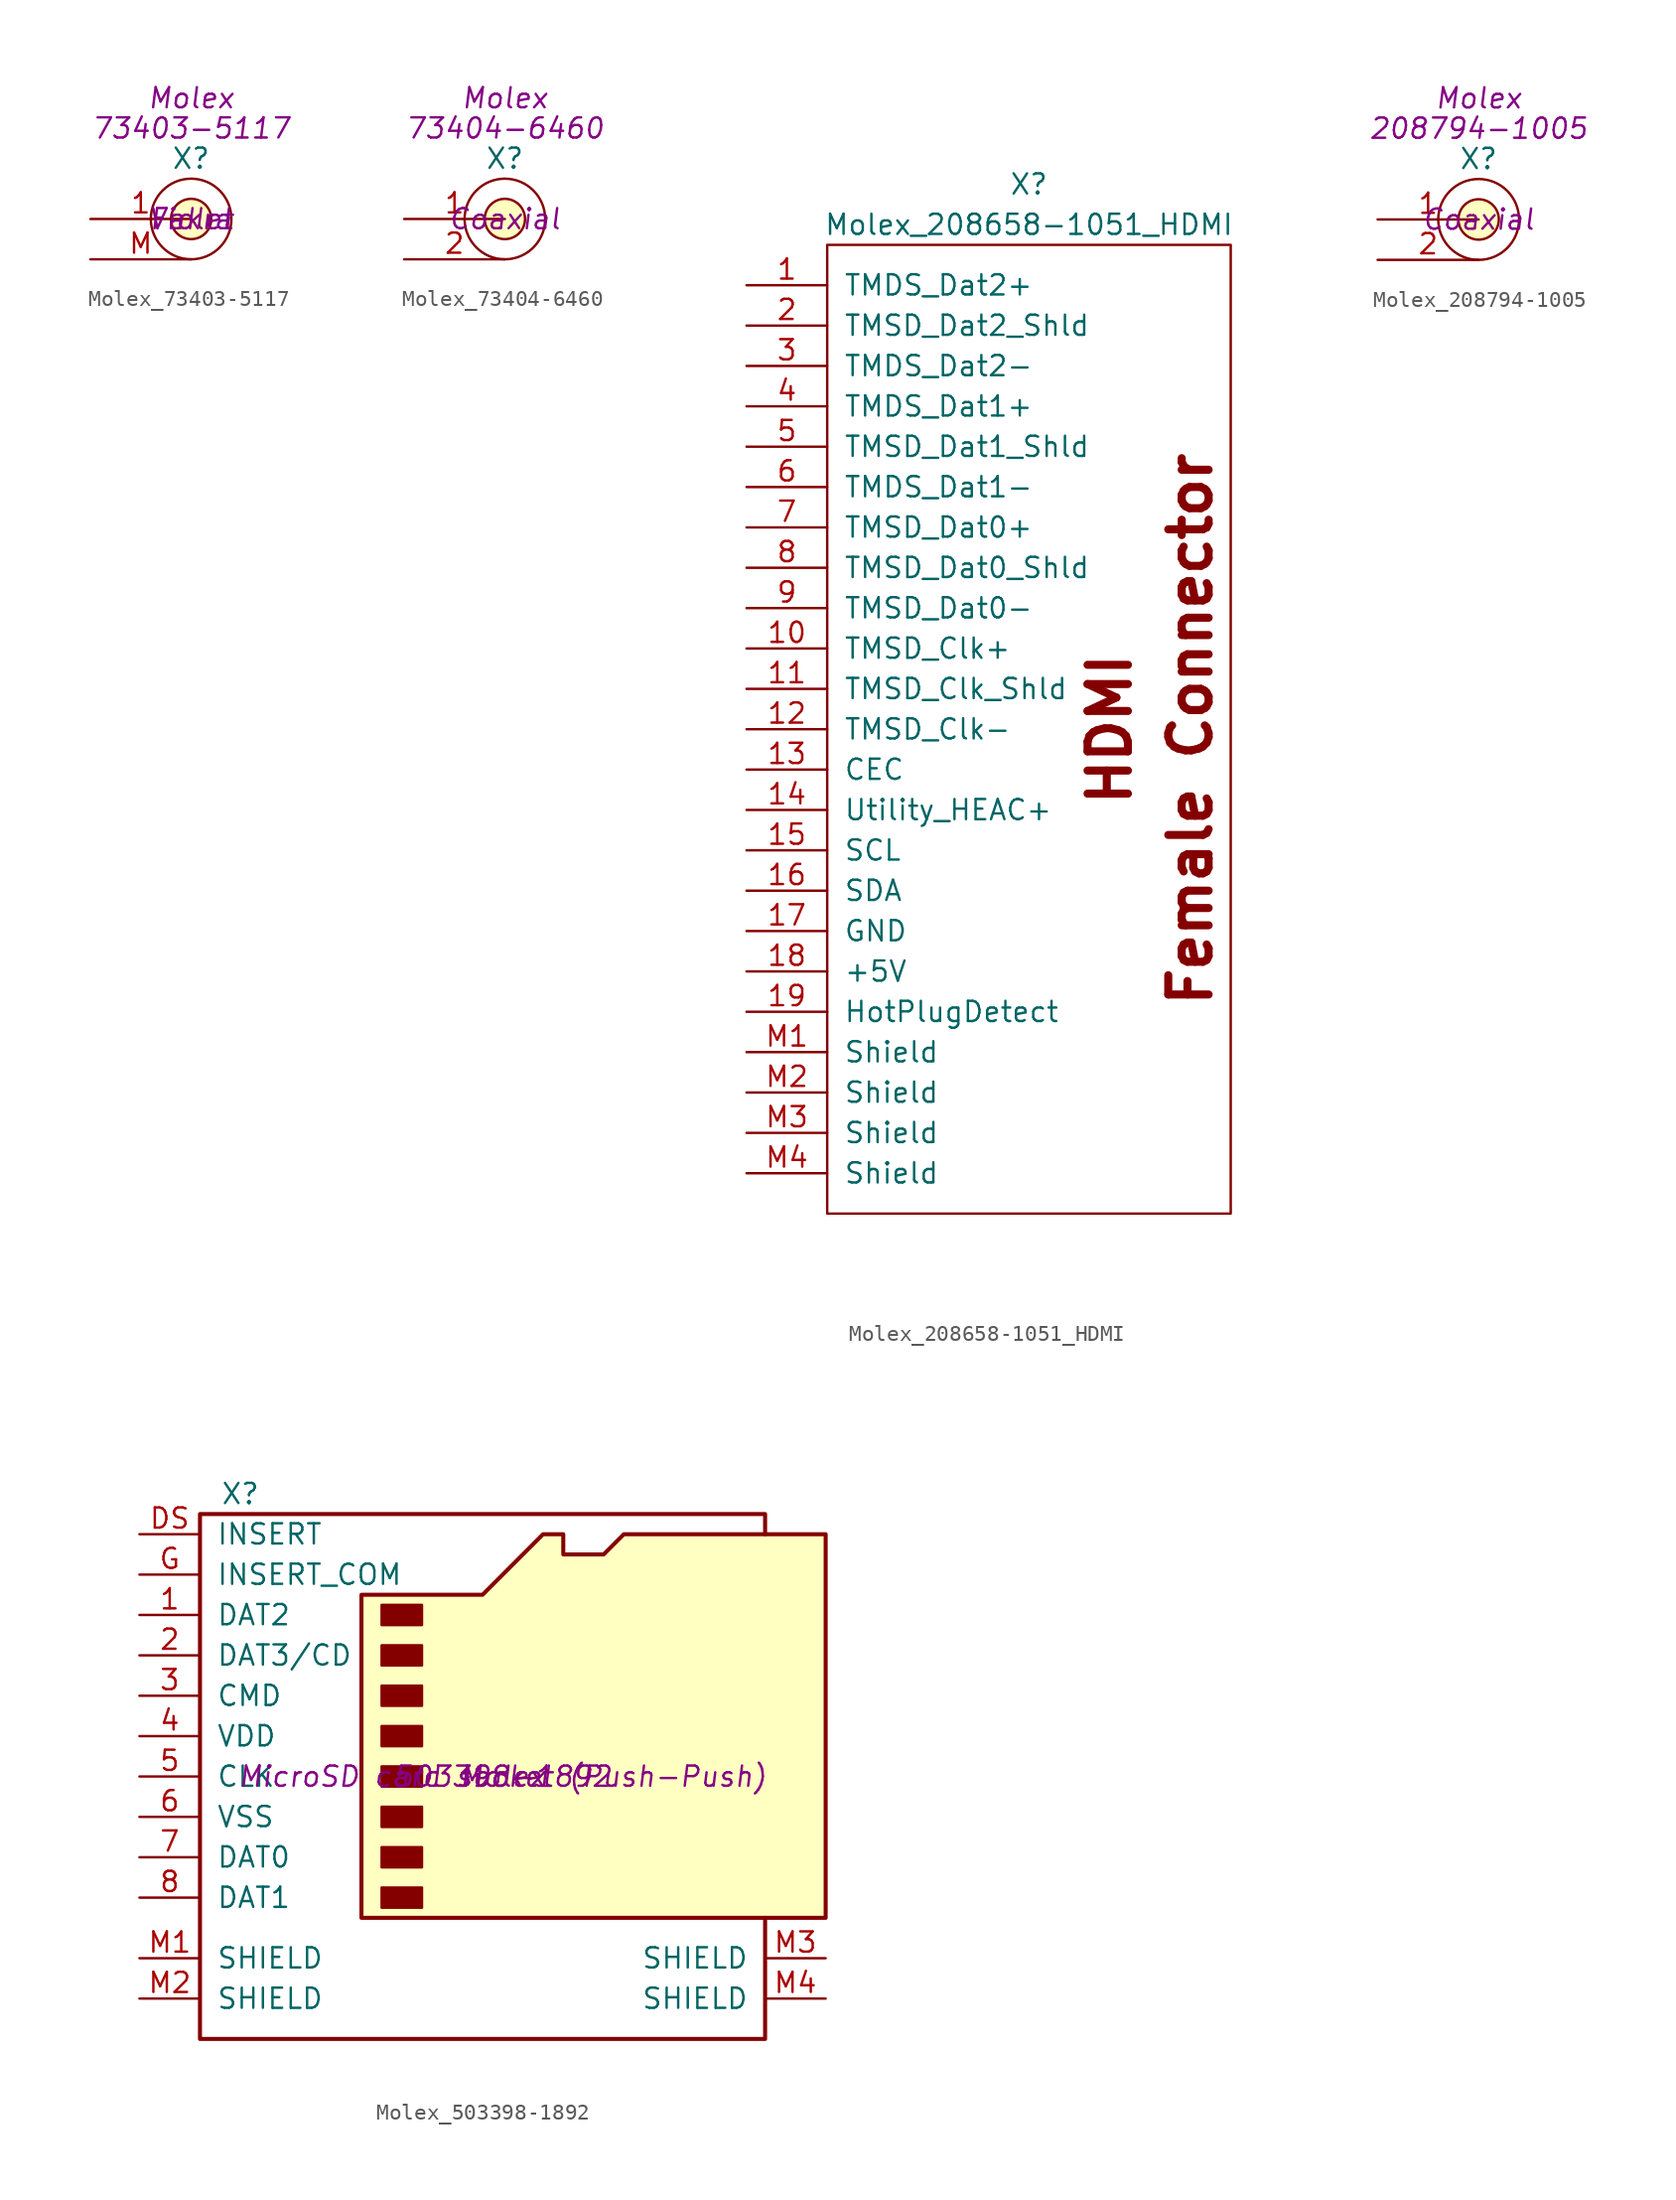
<source format=kicad_sym>
(kicad_symbol_lib
  (version 20211014)
  (generator kicad_symbol_editor)
  (symbol "Molex_73403-5117"
    (pin_names
      (offset 1.016))
    (property "Reference" "X"
      (at 0 3.81 0)
      (effects (font (size 1.27 1.27))))
    (property "Manuf" "Molex"
      (at 0 7.62 0)
      (effects (font (size 1.27 1.27) italic)))
    (property "p/n" "73403-5117"
      (at 0 5.715 0)
      (effects (font (size 1.27 1.27) italic)))
    (property "Color" "Violet"
      (at 0 0 0)
      (effects (font (size 1.27 1.27) italic)))
    (property "Type" "Fakra"
      (at 0 0 0)
      (effects (font (size 1.27 1.27) italic)))
    (symbol "Molex_73403-5117_0_1"
      (circle (center 0 0) (radius 1.27) (stroke (width 0) (type default) (color 0 0 0 0)) (fill (type background)))
      (circle (center 0 0) (radius 2.54) (stroke (width 0) (type default) (color 0 0 0 0)) (fill (type none))))
    (symbol "Molex_73403-5117_1_1"
      (pin passive line (at -6.35 0 0) (length 6.35) (name "~" (effects (font (size 1.27 1.27)))) (number "1" (effects (font (size 1.27 1.27)))))
      (pin passive line (at -6.35 -2.54 0) (length 6.35) (name "~" (effects (font (size 1.27 1.27)))) (number "M" (effects (font (size 1.27 1.27)))))))
  (symbol "Molex_73404-6460"
    (pin_names
      (offset 1.016))
    (property "Reference" "X"
      (at 0 3.81 0)
      (effects (font (size 1.27 1.27))))
    (property "Manuf" "Molex"
      (at 0 7.62 0)
      (effects (font (size 1.27 1.27) italic)))
    (property "p/n" "73404-6460"
      (at 0 5.715 0)
      (effects (font (size 1.27 1.27) italic)))
    (property "Type" "Coaxial"
      (at 0 0 0)
      (effects (font (size 1.27 1.27) italic)))
    (symbol "Molex_73404-6460_0_1"
      (circle (center 0 0) (radius 1.27) (stroke (width 0) (type default) (color 0 0 0 0)) (fill (type background)))
      (circle (center 0 0) (radius 2.54) (stroke (width 0) (type default) (color 0 0 0 0)) (fill (type none))))
    (symbol "Molex_73404-6460_1_1"
      (pin passive line (at -6.35 0 0) (length 6.35) (name "~" (effects (font (size 1.27 1.27)))) (number "1" (effects (font (size 1.27 1.27)))))
      (pin passive line (at -6.35 -2.54 0) (length 6.35) (name "~" (effects (font (size 1.27 1.27)))) (number "2" (effects (font (size 1.27 1.27)))))))
  (symbol "Molex_208658-1051_HDMI"
    (pin_names
      (offset 1.016))
    (property "Reference" "X"
      (at 0 33.02 0)
      (effects (font (size 1.27 1.27))))
    (property "Value" "Molex_208658-1051_HDMI"
      (at 0 30.48 0)
      (effects (font (size 1.27 1.27))))
    (symbol "Molex_208658-1051_HDMI_0_0"
      (rectangle (start -12.7 29.21) (end 12.7 -31.75) (stroke (width 0) (type default) (color 0 0 0 0)) (fill (type none)))
      (text "HDMI" (at 5.08 -1.27 900) (effects (font (size 2.54 2.54) bold))))
    (symbol "Molex_208658-1051_HDMI_1_1"
      (text "Female Connector" (at 10.16 -1.27 900) (effects (font (size 2.54 2.54) bold)))
      (pin passive line (at -17.78 26.67 0) (length 5.08) (name "TMDS_Dat2+" (effects (font (size 1.27 1.27)))) (number "1" (effects (font (size 1.27 1.27)))))
      (pin passive line (at -17.78 3.81 0) (length 5.08) (name "TMSD_Clk+" (effects (font (size 1.27 1.27)))) (number "10" (effects (font (size 1.27 1.27)))))
      (pin passive line (at -17.78 1.27 0) (length 5.08) (name "TMSD_Clk_Shld" (effects (font (size 1.27 1.27)))) (number "11" (effects (font (size 1.27 1.27)))))
      (pin passive line (at -17.78 -1.27 0) (length 5.08) (name "TMSD_Clk-" (effects (font (size 1.27 1.27)))) (number "12" (effects (font (size 1.27 1.27)))))
      (pin passive line (at -17.78 -3.81 0) (length 5.08) (name "CEC" (effects (font (size 1.27 1.27)))) (number "13" (effects (font (size 1.27 1.27)))))
      (pin passive line (at -17.78 -6.35 0) (length 5.08) (name "Utility_HEAC+" (effects (font (size 1.27 1.27)))) (number "14" (effects (font (size 1.27 1.27)))))
      (pin passive line (at -17.78 -8.89 0) (length 5.08) (name "SCL" (effects (font (size 1.27 1.27)))) (number "15" (effects (font (size 1.27 1.27)))))
      (pin passive line (at -17.78 -11.43 0) (length 5.08) (name "SDA" (effects (font (size 1.27 1.27)))) (number "16" (effects (font (size 1.27 1.27)))))
      (pin passive line (at -17.78 -13.97 0) (length 5.08) (name "GND" (effects (font (size 1.27 1.27)))) (number "17" (effects (font (size 1.27 1.27)))))
      (pin passive line (at -17.78 -16.51 0) (length 5.08) (name "+5V" (effects (font (size 1.27 1.27)))) (number "18" (effects (font (size 1.27 1.27)))))
      (pin passive line (at -17.78 -19.05 0) (length 5.08) (name "HotPlugDetect" (effects (font (size 1.27 1.27)))) (number "19" (effects (font (size 1.27 1.27)))))
      (pin passive line (at -17.78 24.13 0) (length 5.08) (name "TMSD_Dat2_Shld" (effects (font (size 1.27 1.27)))) (number "2" (effects (font (size 1.27 1.27)))))
      (pin passive line (at -17.78 21.59 0) (length 5.08) (name "TMDS_Dat2-" (effects (font (size 1.27 1.27)))) (number "3" (effects (font (size 1.27 1.27)))))
      (pin passive line (at -17.78 19.05 0) (length 5.08) (name "TMDS_Dat1+" (effects (font (size 1.27 1.27)))) (number "4" (effects (font (size 1.27 1.27)))))
      (pin passive line (at -17.78 16.51 0) (length 5.08) (name "TMSD_Dat1_Shld" (effects (font (size 1.27 1.27)))) (number "5" (effects (font (size 1.27 1.27)))))
      (pin passive line (at -17.78 13.97 0) (length 5.08) (name "TMDS_Dat1-" (effects (font (size 1.27 1.27)))) (number "6" (effects (font (size 1.27 1.27)))))
      (pin passive line (at -17.78 11.43 0) (length 5.08) (name "TMSD_Dat0+" (effects (font (size 1.27 1.27)))) (number "7" (effects (font (size 1.27 1.27)))))
      (pin passive line (at -17.78 8.89 0) (length 5.08) (name "TMSD_Dat0_Shld" (effects (font (size 1.27 1.27)))) (number "8" (effects (font (size 1.27 1.27)))))
      (pin passive line (at -17.78 6.35 0) (length 5.08) (name "TMSD_Dat0-" (effects (font (size 1.27 1.27)))) (number "9" (effects (font (size 1.27 1.27)))))
      (pin passive line (at -17.78 -21.59 0) (length 5.08) (name "Shield" (effects (font (size 1.27 1.27)))) (number "M1" (effects (font (size 1.27 1.27)))))
      (pin passive line (at -17.78 -24.13 0) (length 5.08) (name "Shield" (effects (font (size 1.27 1.27)))) (number "M2" (effects (font (size 1.27 1.27)))))
      (pin passive line (at -17.78 -26.67 0) (length 5.08) (name "Shield" (effects (font (size 1.27 1.27)))) (number "M3" (effects (font (size 1.27 1.27)))))
      (pin passive line (at -17.78 -29.21 0) (length 5.08) (name "Shield" (effects (font (size 1.27 1.27)))) (number "M4" (effects (font (size 1.27 1.27)))))))
  (symbol "Molex_208794-1005"
    (pin_names
      (offset 1.016))
    (property "Reference" "X"
      (at 0 3.81 0)
      (effects (font (size 1.27 1.27))))
    (property "Manuf" "Molex"
      (at 0 7.62 0)
      (effects (font (size 1.27 1.27) italic)))
    (property "p/n" "208794-1005"
      (at 0 5.715 0)
      (effects (font (size 1.27 1.27) italic)))
    (property "Type" "Coaxial"
      (at 0 0 0)
      (effects (font (size 1.27 1.27) italic)))
    (symbol "Molex_208794-1005_0_1"
      (circle (center 0 0) (radius 1.27) (stroke (width 0) (type default) (color 0 0 0 0)) (fill (type background)))
      (circle (center 0 0) (radius 2.54) (stroke (width 0) (type default) (color 0 0 0 0)) (fill (type none))))
    (symbol "Molex_208794-1005_1_1"
      (pin passive line (at -6.35 0 0) (length 6.35) (name "~" (effects (font (size 1.27 1.27)))) (number "1" (effects (font (size 1.27 1.27)))))
      (pin passive line (at -6.35 -2.54 0) (length 6.35) (name "~" (effects (font (size 1.27 1.27)))) (number "2" (effects (font (size 1.27 1.27)))))))
  (symbol "Molex_503398-1892"
    (pin_names
      (offset 1.016))
    (property "Reference" "X"
      (at -16.51 17.78 0)
      (effects (font (size 1.27 1.27))))
    (property "Manuf" "Molex"
      (at 0 0 0)
      (effects (font (size 1.27 1.27) italic)))
    (property "p/n" "503398-1892"
      (at 0 0 0)
      (effects (font (size 1.27 1.27) italic)))
    (property "Type" "MicroSD card socket (Push-Push)"
      (at 0 0 0)
      (effects (font (size 1.27 1.27) italic)))
    (symbol "Molex_503398-1892_0_1"
      (rectangle (start -7.62 -6.985) (end -5.08 -8.255) (stroke (width 0) (type default) (color 0 0 0 0)) (fill (type outline)))
      (rectangle (start -7.62 -4.445) (end -5.08 -5.715) (stroke (width 0) (type default) (color 0 0 0 0)) (fill (type outline)))
      (rectangle (start -7.62 -1.905) (end -5.08 -3.175) (stroke (width 0) (type default) (color 0 0 0 0)) (fill (type outline)))
      (rectangle (start -7.62 0.635) (end -5.08 -0.635) (stroke (width 0) (type default) (color 0 0 0 0)) (fill (type outline)))
      (rectangle (start -7.62 3.175) (end -5.08 1.905) (stroke (width 0) (type default) (color 0 0 0 0)) (fill (type outline)))
      (rectangle (start -7.62 5.715) (end -5.08 4.445) (stroke (width 0) (type default) (color 0 0 0 0)) (fill (type outline)))
      (rectangle (start -7.62 8.255) (end -5.08 6.985) (stroke (width 0) (type default) (color 0 0 0 0)) (fill (type outline)))
      (rectangle (start -7.62 10.795) (end -5.08 9.525) (stroke (width 0) (type default) (color 0 0 0 0)) (fill (type outline)))
      (polyline (pts (xy 16.51 15.24) (xy 16.51 16.51) (xy -19.05 16.51) (xy -19.05 -16.51) (xy 16.51 -16.51) (xy 16.51 -8.89)) (stroke (width 0.254) (type default) (color 0 0 0 0)) (fill (type none)))
      (polyline (pts (xy -8.89 -8.89) (xy -8.89 11.43) (xy -1.27 11.43) (xy 2.54 15.24) (xy 3.81 15.24) (xy 3.81 13.97) (xy 6.35 13.97) (xy 7.62 15.24) (xy 20.32 15.24) (xy 20.32 -8.89) (xy -8.89 -8.89)) (stroke (width 0.254) (type default) (color 0 0 0 0)) (fill (type background))))
    (symbol "Molex_503398-1892_1_1"
      (pin passive line (at -22.86 10.16 0) (length 3.81) (name "DAT2" (effects (font (size 1.27 1.27)))) (number "1" (effects (font (size 1.27 1.27)))))
      (pin passive line (at -22.86 7.62 0) (length 3.81) (name "DAT3/CD" (effects (font (size 1.27 1.27)))) (number "2" (effects (font (size 1.27 1.27)))))
      (pin passive line (at -22.86 5.08 0) (length 3.81) (name "CMD" (effects (font (size 1.27 1.27)))) (number "3" (effects (font (size 1.27 1.27)))))
      (pin passive line (at -22.86 2.54 0) (length 3.81) (name "VDD" (effects (font (size 1.27 1.27)))) (number "4" (effects (font (size 1.27 1.27)))))
      (pin passive line (at -22.86 0 0) (length 3.81) (name "CLK" (effects (font (size 1.27 1.27)))) (number "5" (effects (font (size 1.27 1.27)))))
      (pin passive line (at -22.86 -2.54 0) (length 3.81) (name "VSS" (effects (font (size 1.27 1.27)))) (number "6" (effects (font (size 1.27 1.27)))))
      (pin passive line (at -22.86 -5.08 0) (length 3.81) (name "DAT0" (effects (font (size 1.27 1.27)))) (number "7" (effects (font (size 1.27 1.27)))))
      (pin passive line (at -22.86 -7.62 0) (length 3.81) (name "DAT1" (effects (font (size 1.27 1.27)))) (number "8" (effects (font (size 1.27 1.27)))))
      (pin passive line (at -22.86 15.24 0) (length 3.81) (name "INSERT" (effects (font (size 1.27 1.27)))) (number "DS" (effects (font (size 1.27 1.27)))))
      (pin passive line (at -22.86 12.7 0) (length 3.81) (name "INSERT_COM" (effects (font (size 1.27 1.27)))) (number "G" (effects (font (size 1.27 1.27)))))
      (pin passive line (at -22.86 -11.43 0) (length 3.81) (name "SHIELD" (effects (font (size 1.27 1.27)))) (number "M1" (effects (font (size 1.27 1.27)))))
      (pin passive line (at -22.86 -13.97 0) (length 3.81) (name "SHIELD" (effects (font (size 1.27 1.27)))) (number "M2" (effects (font (size 1.27 1.27)))))
      (pin passive line (at 20.32 -11.43 180) (length 3.81) (name "SHIELD" (effects (font (size 1.27 1.27)))) (number "M3" (effects (font (size 1.27 1.27)))))
      (pin passive line (at 20.32 -13.97 180) (length 3.81) (name "SHIELD" (effects (font (size 1.27 1.27)))) (number "M4" (effects (font (size 1.27 1.27))))))))
</source>
